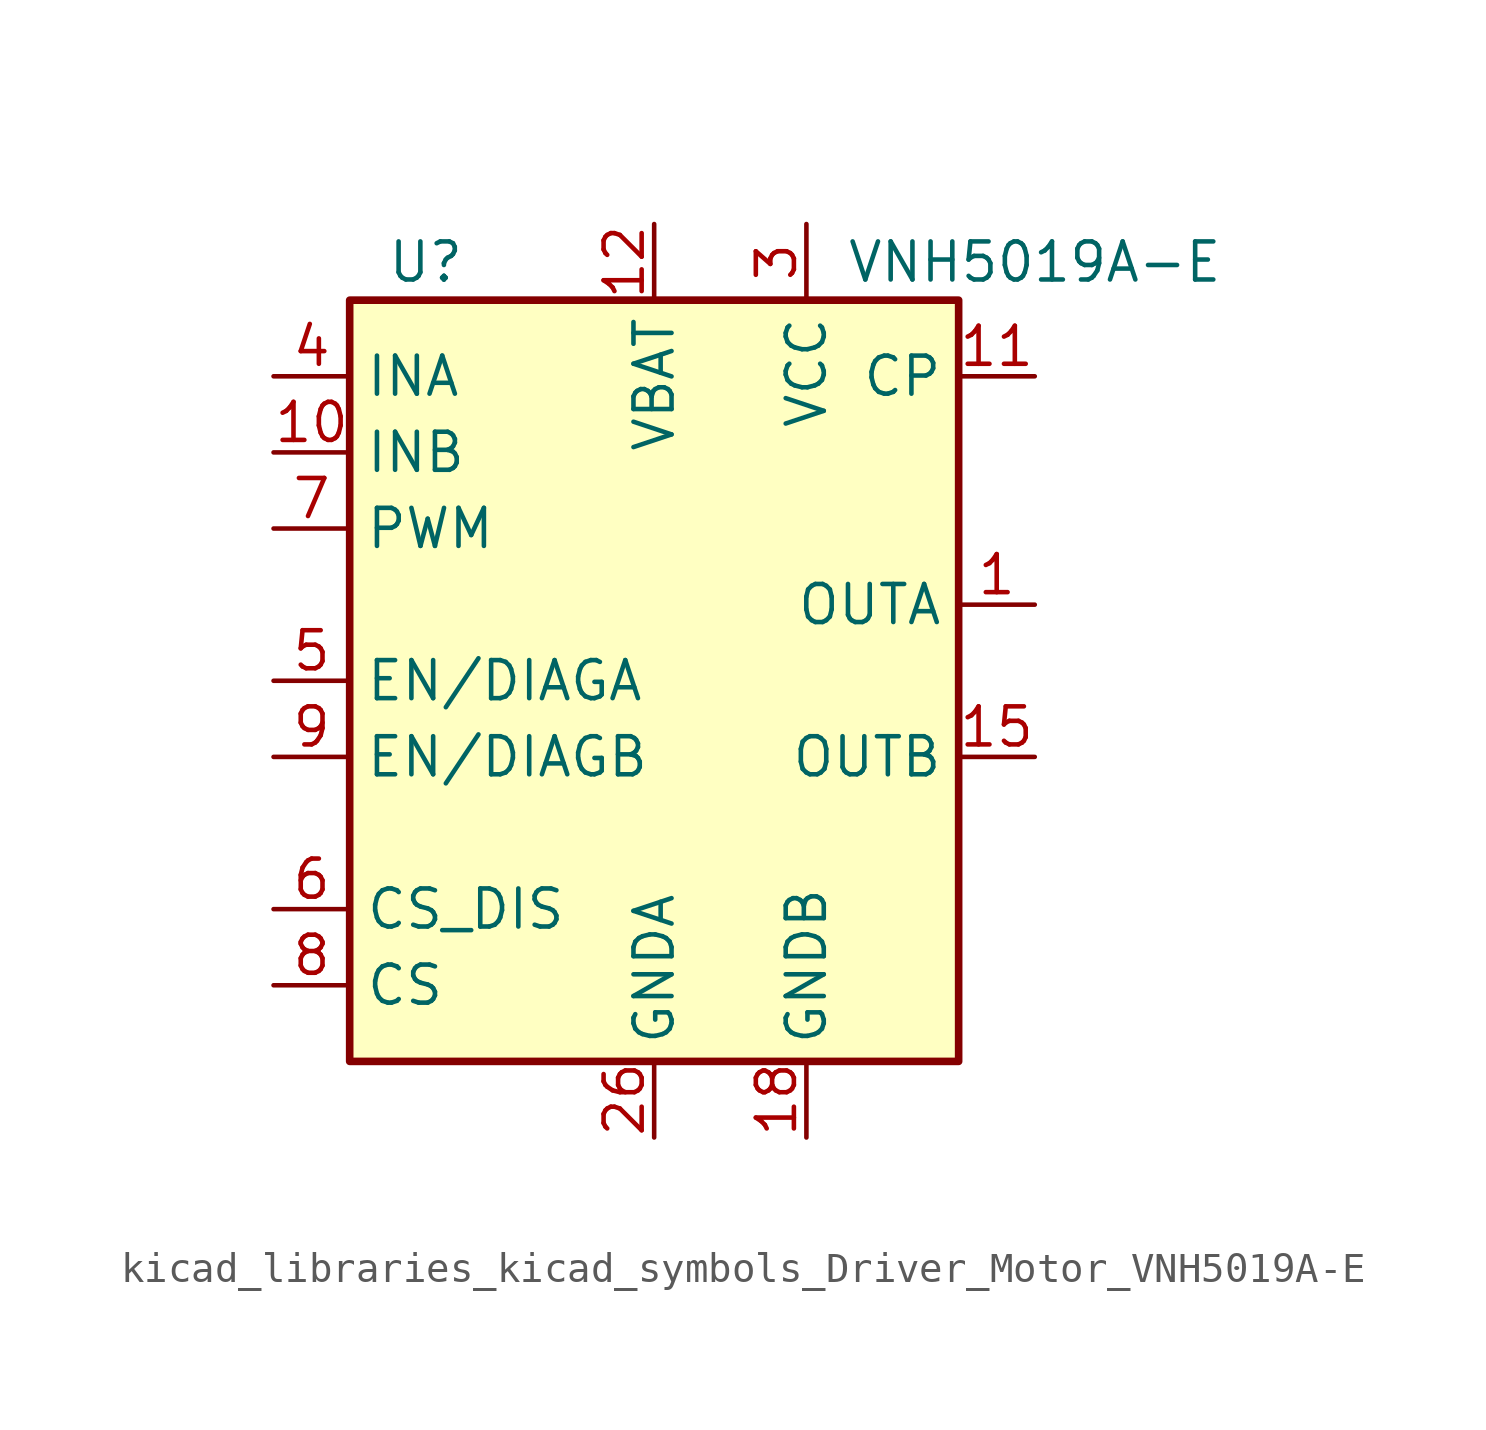
<source format=kicad_sym>
(kicad_symbol_lib
  (version 20220914)
  (generator kicad_symbol_editor)
  (symbol "kicad_libraries_kicad_symbols_Driver_Motor_VNH5019A-E"
    (property "Reference" "U"
      (at -7.62 13.97 0)
      (effects (font (size 1.27 1.27))))
    (property "Value" "VNH5019A-E"
      (at 12.7 13.97 0)
      (effects (font (size 1.27 1.27))))
    (symbol "kicad_libraries_kicad_symbols_Driver_Motor_VNH5019A-E_0_1"
      (rectangle (start -10.16 12.7) (end 10.16 -12.7) (stroke (width 0.254) (type default)) (fill (type background))))
    (symbol "kicad_libraries_kicad_symbols_Driver_Motor_VNH5019A-E_1_1"
      (pin output line (at 12.7 2.54 180) (length 2.54) (name "OUTA" (effects (font (size 1.27 1.27)))) (number "1" (effects (font (size 1.27 1.27)))))
      (pin input line (at -12.7 7.62 0) (length 2.54) (name "INB" (effects (font (size 1.27 1.27)))) (number "10" (effects (font (size 1.27 1.27)))))
      (pin output line (at 12.7 10.16 180) (length 2.54) (name "CP" (effects (font (size 1.27 1.27)))) (number "11" (effects (font (size 1.27 1.27)))))
      (pin power_in line (at 0 15.24 270) (length 2.54) (name "VBAT" (effects (font (size 1.27 1.27)))) (number "12" (effects (font (size 1.27 1.27)))))
      (pin passive line (at 5.08 15.24 270) (length 2.54) hide (name "VCC" (effects (font (size 1.27 1.27)))) (number "13" (effects (font (size 1.27 1.27)))))
      (pin no_connect line (at 10.16 -10.16 180) (length 2.54) hide (name "NC" (effects (font (size 1.27 1.27)))) (number "14" (effects (font (size 1.27 1.27)))))
      (pin output line (at 12.7 -2.54 180) (length 2.54) (name "OUTB" (effects (font (size 1.27 1.27)))) (number "15" (effects (font (size 1.27 1.27)))))
      (pin passive line (at 12.7 -2.54 180) (length 2.54) hide (name "OUTB" (effects (font (size 1.27 1.27)))) (number "16" (effects (font (size 1.27 1.27)))))
      (pin no_connect line (at 10.16 -5.08 180) (length 2.54) hide (name "NC" (effects (font (size 1.27 1.27)))) (number "17" (effects (font (size 1.27 1.27)))))
      (pin power_in line (at 5.08 -15.24 90) (length 2.54) (name "GNDB" (effects (font (size 1.27 1.27)))) (number "18" (effects (font (size 1.27 1.27)))))
      (pin passive line (at 5.08 -15.24 90) (length 2.54) hide (name "GNDB" (effects (font (size 1.27 1.27)))) (number "19" (effects (font (size 1.27 1.27)))))
      (pin no_connect line (at 10.16 -7.62 180) (length 2.54) hide (name "NC" (effects (font (size 1.27 1.27)))) (number "2" (effects (font (size 1.27 1.27)))))
      (pin passive line (at 5.08 -15.24 90) (length 2.54) hide (name "GNDB" (effects (font (size 1.27 1.27)))) (number "20" (effects (font (size 1.27 1.27)))))
      (pin passive line (at 12.7 -2.54 180) (length 2.54) hide (name "OUTB" (effects (font (size 1.27 1.27)))) (number "21" (effects (font (size 1.27 1.27)))))
      (pin no_connect line (at 10.16 0 180) (length 2.54) hide (name "NC" (effects (font (size 1.27 1.27)))) (number "22" (effects (font (size 1.27 1.27)))))
      (pin passive line (at 5.08 15.24 270) (length 2.54) hide (name "VCC" (effects (font (size 1.27 1.27)))) (number "23" (effects (font (size 1.27 1.27)))))
      (pin no_connect line (at 10.16 5.08 180) (length 2.54) hide (name "NC" (effects (font (size 1.27 1.27)))) (number "24" (effects (font (size 1.27 1.27)))))
      (pin passive line (at 12.7 2.54 180) (length 2.54) hide (name "OUTA" (effects (font (size 1.27 1.27)))) (number "25" (effects (font (size 1.27 1.27)))))
      (pin power_in line (at 0 -15.24 90) (length 2.54) (name "GNDA" (effects (font (size 1.27 1.27)))) (number "26" (effects (font (size 1.27 1.27)))))
      (pin passive line (at 0 -15.24 90) (length 2.54) hide (name "GNDA" (effects (font (size 1.27 1.27)))) (number "27" (effects (font (size 1.27 1.27)))))
      (pin passive line (at 0 -15.24 90) (length 2.54) hide (name "GNDA" (effects (font (size 1.27 1.27)))) (number "28" (effects (font (size 1.27 1.27)))))
      (pin no_connect line (at 10.16 7.62 180) (length 2.54) hide (name "NC" (effects (font (size 1.27 1.27)))) (number "29" (effects (font (size 1.27 1.27)))))
      (pin power_in line (at 5.08 15.24 270) (length 2.54) (name "VCC" (effects (font (size 1.27 1.27)))) (number "3" (effects (font (size 1.27 1.27)))))
      (pin passive line (at 12.7 2.54 180) (length 2.54) hide (name "OUTA" (effects (font (size 1.27 1.27)))) (number "30" (effects (font (size 1.27 1.27)))))
      (pin passive line (at 5.08 15.24 270) (length 2.54) hide (name "VCC" (effects (font (size 1.27 1.27)))) (number "31" (effects (font (size 1.27 1.27)))))
      (pin passive line (at 12.7 -2.54 180) (length 2.54) hide (name "OUTB" (effects (font (size 1.27 1.27)))) (number "32" (effects (font (size 1.27 1.27)))))
      (pin passive line (at 12.7 2.54 180) (length 2.54) hide (name "OUTA" (effects (font (size 1.27 1.27)))) (number "33" (effects (font (size 1.27 1.27)))))
      (pin input line (at -12.7 10.16 0) (length 2.54) (name "INA" (effects (font (size 1.27 1.27)))) (number "4" (effects (font (size 1.27 1.27)))))
      (pin open_collector line (at -12.7 0 0) (length 2.54) (name "EN/DIAGA" (effects (font (size 1.27 1.27)))) (number "5" (effects (font (size 1.27 1.27)))))
      (pin input line (at -12.7 -7.62 0) (length 2.54) (name "CS_DIS" (effects (font (size 1.27 1.27)))) (number "6" (effects (font (size 1.27 1.27)))))
      (pin input line (at -12.7 5.08 0) (length 2.54) (name "PWM" (effects (font (size 1.27 1.27)))) (number "7" (effects (font (size 1.27 1.27)))))
      (pin output line (at -12.7 -10.16 0) (length 2.54) (name "CS" (effects (font (size 1.27 1.27)))) (number "8" (effects (font (size 1.27 1.27)))))
      (pin open_collector line (at -12.7 -2.54 0) (length 2.54) (name "EN/DIAGB" (effects (font (size 1.27 1.27)))) (number "9" (effects (font (size 1.27 1.27))))))))
</source>
